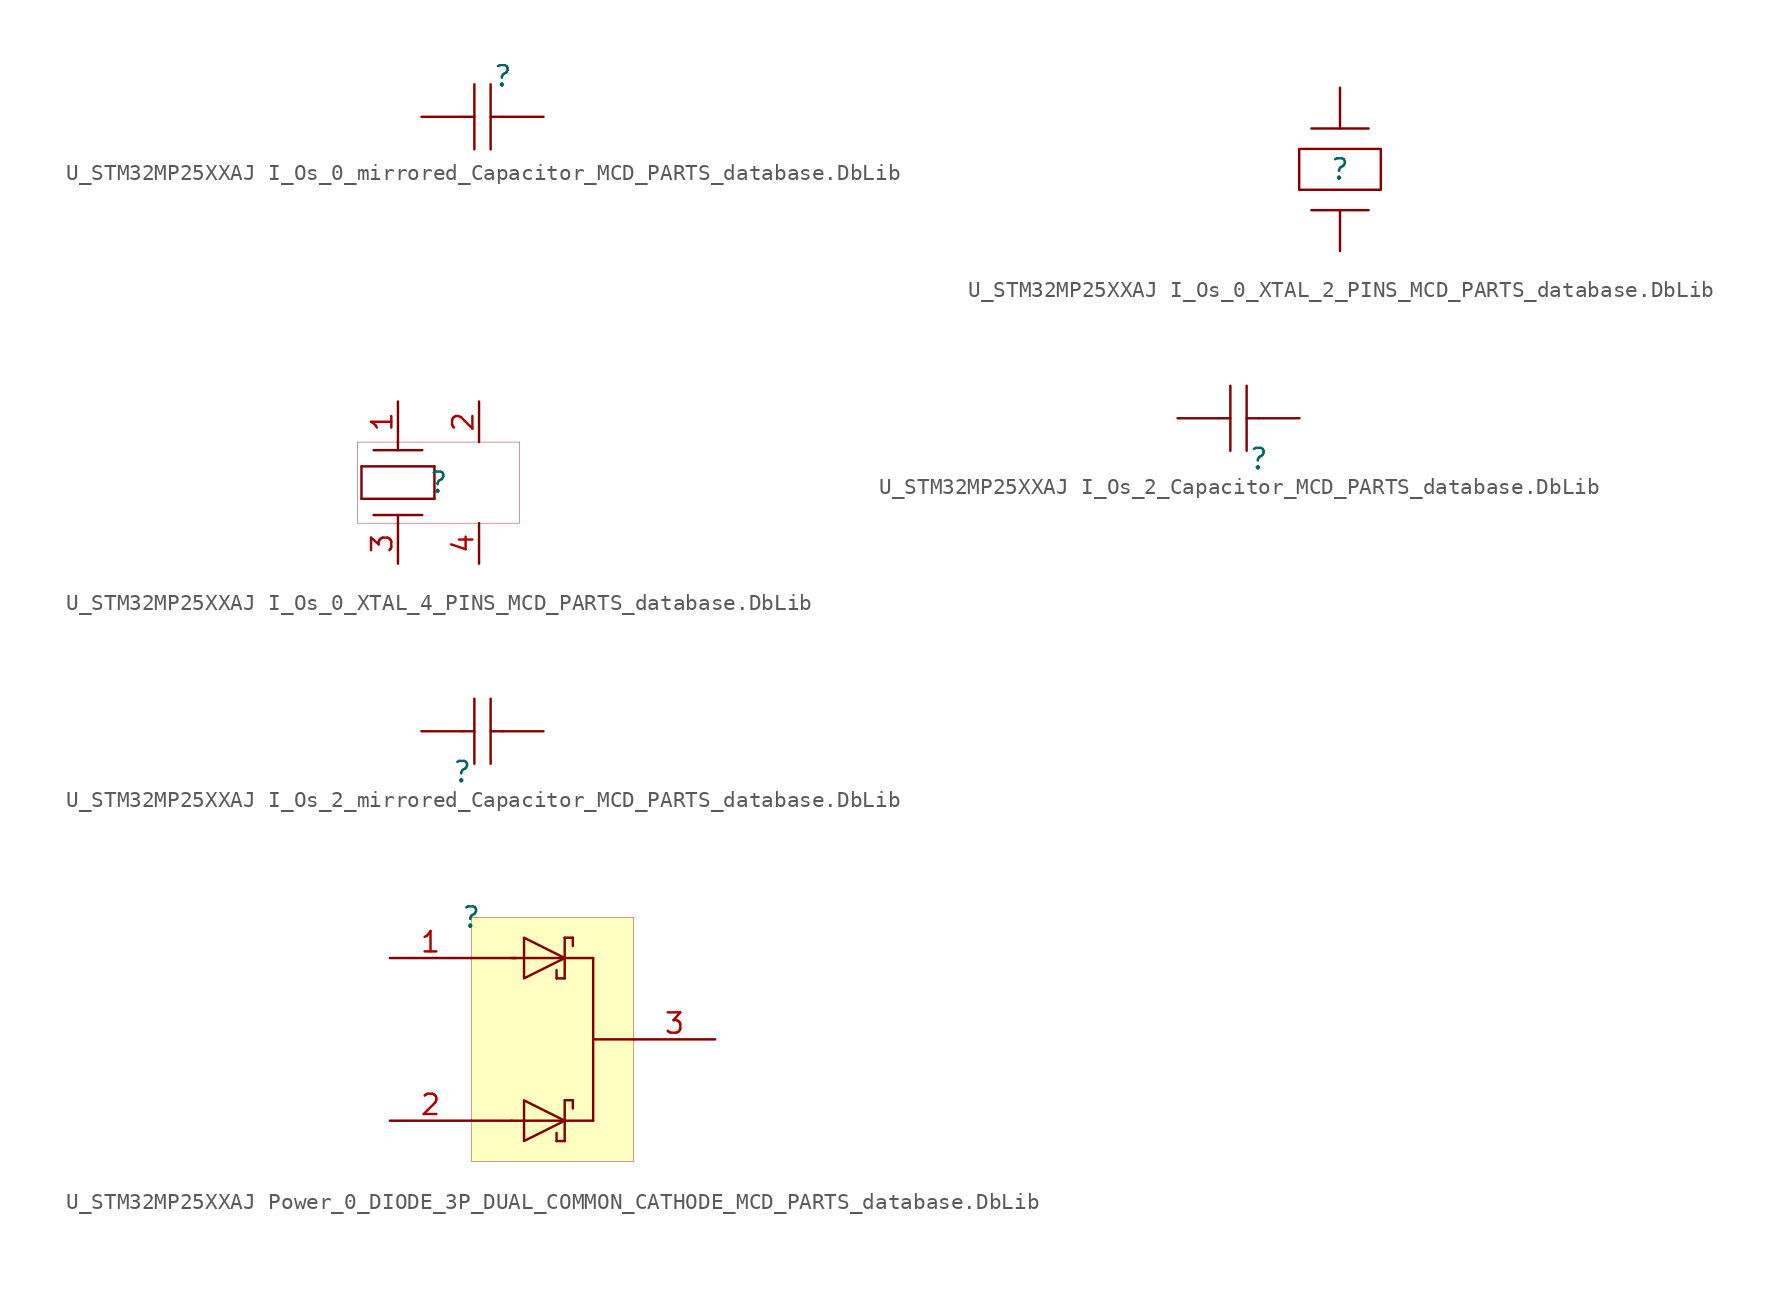
<source format=kicad_sym>
(kicad_symbol_lib
  (version 20241209)
  (generator "kicad_symbol_editor")
  (generator_version "9.0")
  (symbol "U_STM32MP25XXAJ I_Os_0_mirrored_Capacitor_MCD_PARTS_database.DbLib"
    (pin_numbers
      (hide yes))
    (pin_names
      (hide yes))
    (property "Reference" ""
      (at 0 0 0)
      (effects (font (size 1.27 1.27))))
    (property "Value" ""
      (at 0 0 0)
      (effects (font (size 1.27 1.27))))
    (symbol "U_STM32MP25XXAJ I_Os_0_mirrored_Capacitor_MCD_PARTS_database.DbLib_1_0"
      (polyline (pts (xy -2.54 -2.54) (xy -1.778 -2.54)) (stroke (width 0) (type solid)) (fill (type none)))
      (polyline (pts (xy -1.778 -0.508) (xy -1.778 -4.572)) (stroke (width 0) (type solid)) (fill (type none)))
      (polyline (pts (xy -0.762 -4.572) (xy -0.762 -0.508)) (stroke (width 0) (type solid)) (fill (type none)))
      (polyline (pts (xy 0 -2.54) (xy -0.762 -2.54)) (stroke (width 0) (type solid)) (fill (type none)))
      (pin passive line (at -5.08 -2.54 0) (length 2.54) (name "2" (effects (font (size 1.27 1.27)))) (number "2" (effects (font (size 1.27 1.27)))))
      (pin passive line (at 2.54 -2.54 180) (length 2.54) (name "1" (effects (font (size 1.27 1.27)))) (number "1" (effects (font (size 1.27 1.27)))))))
  (symbol "U_STM32MP25XXAJ I_Os_0_XTAL_2_PINS_MCD_PARTS_database.DbLib"
    (pin_numbers
      (hide yes))
    (pin_names
      (hide yes))
    (property "Reference" ""
      (at 0 0 0)
      (effects (font (size 1.27 1.27))))
    (property "Value" ""
      (at 0 0 0)
      (effects (font (size 1.27 1.27))))
    (symbol "U_STM32MP25XXAJ I_Os_0_XTAL_2_PINS_MCD_PARTS_database.DbLib_1_0"
      (polyline (pts (xy 1.778 2.54) (xy -1.778 2.54)) (stroke (width 0) (type solid)) (fill (type none)))
      (polyline (pts (xy 1.778 -2.54) (xy -1.778 -2.54)) (stroke (width 0) (type solid)) (fill (type none)))
      (rectangle (start 2.54 1.27) (end -2.54 -1.27) (stroke (width 0) (type solid)) (fill (type color) (color 255 255 255 0.5)))
      (pin passive line (at 0 5.08 270) (length 2.54) (name "X2" (effects (font (size 1.27 1.27)))) (number "2" (effects (font (size 1.27 1.27)))))
      (pin passive line (at 0 -5.08 90) (length 2.54) (name "X1" (effects (font (size 1.27 1.27)))) (number "1" (effects (font (size 1.27 1.27)))))))
  (symbol "U_STM32MP25XXAJ I_Os_0_XTAL_4_PINS_MCD_PARTS_database.DbLib"
    (pin_names
      (hide yes))
    (property "Reference" ""
      (at 0 0 0)
      (effects (font (size 1.27 1.27))))
    (property "Value" ""
      (at 0 0 0)
      (effects (font (size 1.27 1.27))))
    (symbol "U_STM32MP25XXAJ I_Os_0_XTAL_4_PINS_MCD_PARTS_database.DbLib_1_0"
      (polyline (pts (xy -4.826 1.016) (xy -0.254 1.016)) (stroke (width 0) (type solid)) (fill (type none)))
      (polyline (pts (xy -4.826 -1.016) (xy -4.826 1.016)) (stroke (width 0) (type solid)) (fill (type none)))
      (polyline (pts (xy -4.826 -1.016) (xy -0.254 -1.016)) (stroke (width 0) (type solid)) (fill (type none)))
      (polyline (pts (xy -4.064 2.032) (xy -1.016 2.032)) (stroke (width 0) (type solid)) (fill (type none)))
      (polyline (pts (xy -4.064 -2.032) (xy -1.016 -2.032)) (stroke (width 0) (type solid)) (fill (type none)))
      (polyline (pts (xy -2.54 2.032) (xy -2.54 2.54)) (stroke (width 0) (type solid)) (fill (type none)))
      (polyline (pts (xy -2.54 -2.54) (xy -2.54 -2.032)) (stroke (width 0) (type solid)) (fill (type none)))
      (polyline (pts (xy -0.254 -1.016) (xy -0.254 1.016)) (stroke (width 0) (type solid)) (fill (type none)))
      (rectangle (start 5.08 2.54) (end -5.08 -2.54) (stroke (width 0.025) (type solid) (color 128 0 0 1)) (fill (type none)))
      (pin passive line (at -2.54 5.08 270) (length 2.54) (name "1" (effects (font (size 1.27 1.27)))) (number "1" (effects (font (size 1.27 1.27)))))
      (pin passive line (at -2.54 -5.08 90) (length 2.54) (name "3" (effects (font (size 1.27 1.27)))) (number "3" (effects (font (size 1.27 1.27)))))
      (pin passive line (at 2.54 5.08 270) (length 2.54) (name "2" (effects (font (size 1.27 1.27)))) (number "2" (effects (font (size 1.27 1.27)))))
      (pin passive line (at 2.54 -5.08 90) (length 2.54) (name "4" (effects (font (size 1.27 1.27)))) (number "4" (effects (font (size 1.27 1.27)))))))
  (symbol "U_STM32MP25XXAJ I_Os_2_Capacitor_MCD_PARTS_database.DbLib"
    (pin_numbers
      (hide yes))
    (pin_names
      (hide yes))
    (property "Reference" ""
      (at 0 0 0)
      (effects (font (size 1.27 1.27))))
    (property "Value" ""
      (at 0 0 0)
      (effects (font (size 1.27 1.27))))
    (symbol "U_STM32MP25XXAJ I_Os_2_Capacitor_MCD_PARTS_database.DbLib_1_0"
      (polyline (pts (xy -2.54 2.54) (xy -1.778 2.54)) (stroke (width 0) (type solid)) (fill (type none)))
      (polyline (pts (xy -1.778 0.508) (xy -1.778 4.572)) (stroke (width 0) (type solid)) (fill (type none)))
      (polyline (pts (xy -0.762 4.572) (xy -0.762 0.508)) (stroke (width 0) (type solid)) (fill (type none)))
      (polyline (pts (xy 0 2.54) (xy -0.762 2.54)) (stroke (width 0) (type solid)) (fill (type none)))
      (pin passive line (at -5.08 2.54 0) (length 2.54) (name "2" (effects (font (size 1.27 1.27)))) (number "2" (effects (font (size 1.27 1.27)))))
      (pin passive line (at 2.54 2.54 180) (length 2.54) (name "1" (effects (font (size 1.27 1.27)))) (number "1" (effects (font (size 1.27 1.27)))))))
  (symbol "U_STM32MP25XXAJ I_Os_2_mirrored_Capacitor_MCD_PARTS_database.DbLib"
    (pin_numbers
      (hide yes))
    (pin_names
      (hide yes))
    (property "Reference" ""
      (at 0 0 0)
      (effects (font (size 1.27 1.27))))
    (property "Value" ""
      (at 0 0 0)
      (effects (font (size 1.27 1.27))))
    (symbol "U_STM32MP25XXAJ I_Os_2_mirrored_Capacitor_MCD_PARTS_database.DbLib_1_0"
      (polyline (pts (xy 0 2.54) (xy 0.762 2.54)) (stroke (width 0) (type solid)) (fill (type none)))
      (polyline (pts (xy 0.762 4.572) (xy 0.762 0.508)) (stroke (width 0) (type solid)) (fill (type none)))
      (polyline (pts (xy 1.778 0.508) (xy 1.778 4.572)) (stroke (width 0) (type solid)) (fill (type none)))
      (polyline (pts (xy 2.54 2.54) (xy 1.778 2.54)) (stroke (width 0) (type solid)) (fill (type none)))
      (pin passive line (at -2.54 2.54 0) (length 2.54) (name "1" (effects (font (size 1.27 1.27)))) (number "1" (effects (font (size 1.27 1.27)))))
      (pin passive line (at 5.08 2.54 180) (length 2.54) (name "2" (effects (font (size 1.27 1.27)))) (number "2" (effects (font (size 1.27 1.27)))))))
  (symbol "U_STM32MP25XXAJ Power_0_DIODE_3P_DUAL_COMMON_CATHODE_MCD_PARTS_database.DbLib"
    (pin_names
      (hide yes))
    (property "Reference" ""
      (at 0 0 0)
      (effects (font (size 1.27 1.27))))
    (property "Value" ""
      (at 0 0 0)
      (effects (font (size 1.27 1.27))))
    (symbol "U_STM32MP25XXAJ Power_0_DIODE_3P_DUAL_COMMON_CATHODE_MCD_PARTS_database.DbLib_1_0"
      (polyline (pts (xy 0 -2.54) (xy 2.794 -2.54)) (stroke (width 0) (type solid)) (fill (type none)))
      (polyline (pts (xy 0 -12.7) (xy 2.54 -12.7)) (stroke (width 0) (type solid)) (fill (type none)))
      (polyline (pts (xy 2.54 -2.54) (xy 7.62 -2.54)) (stroke (width 0) (type solid)) (fill (type none)))
      (polyline (pts (xy 3.302 -1.27) (xy 3.302 -1.27) (xy 3.302 -3.81) (xy 5.842 -2.54) (xy 3.302 -1.27) (xy 3.302 -1.27)) (stroke (width 0) (type solid)) (fill (type background)))
      (polyline (pts (xy 3.302 -11.43) (xy 3.302 -11.43) (xy 3.302 -13.97) (xy 5.842 -12.7) (xy 3.302 -11.43) (xy 3.302 -11.43)) (stroke (width 0) (type solid)) (fill (type background)))
      (polyline (pts (xy 5.334 -3.81) (xy 5.334 -3.302)) (stroke (width 0) (type solid)) (fill (type none)))
      (polyline (pts (xy 5.334 -3.81) (xy 5.842 -3.81)) (stroke (width 0) (type solid)) (fill (type none)))
      (polyline (pts (xy 5.334 -13.97) (xy 5.334 -13.462)) (stroke (width 0) (type solid)) (fill (type none)))
      (polyline (pts (xy 5.336 -13.97) (xy 5.854 -13.97)) (stroke (width 0) (type solid)) (fill (type none)))
      (polyline (pts (xy 5.842 -1.27) (xy 6.35 -1.27)) (stroke (width 0) (type solid)) (fill (type none)))
      (polyline (pts (xy 5.842 -3.81) (xy 5.842 -1.27)) (stroke (width 0) (type solid)) (fill (type none)))
      (polyline (pts (xy 5.842 -13.97) (xy 5.842 -11.43)) (stroke (width 0) (type solid)) (fill (type none)))
      (polyline (pts (xy 6.35 -1.778) (xy 6.35 -1.27)) (stroke (width 0) (type solid)) (fill (type none)))
      (polyline (pts (xy 6.35 -11.938) (xy 6.35 -11.43)) (stroke (width 0) (type solid)) (fill (type none)))
      (polyline (pts (xy 6.363 -11.423) (xy 5.846 -11.423)) (stroke (width 0) (type solid)) (fill (type none)))
      (polyline (pts (xy 7.62 -7.62) (xy 10.16 -7.62)) (stroke (width 0) (type solid)) (fill (type none)))
      (polyline (pts (xy 7.62 -12.7) (xy 2.54 -12.7)) (stroke (width 0) (type solid)) (fill (type none)))
      (polyline (pts (xy 7.62 -12.7) (xy 7.62 -2.54)) (stroke (width 0) (type solid)) (fill (type none)))
      (rectangle (start 10.16 0) (end 0 -15.24) (stroke (width 0.025) (type solid) (color 128 0 0 1)) (fill (type background)))
      (pin passive line (at -5.08 -2.54 0) (length 5.08) (name "1" (effects (font (size 1.27 1.27)))) (number "1" (effects (font (size 1.27 1.27)))))
      (pin passive line (at -5.08 -12.7 0) (length 5.08) (name "2" (effects (font (size 1.27 1.27)))) (number "2" (effects (font (size 1.27 1.27)))))
      (pin passive line (at 15.24 -7.62 180) (length 5.08) (name "3" (effects (font (size 1.27 1.27)))) (number "3" (effects (font (size 1.27 1.27))))))))
</source>
